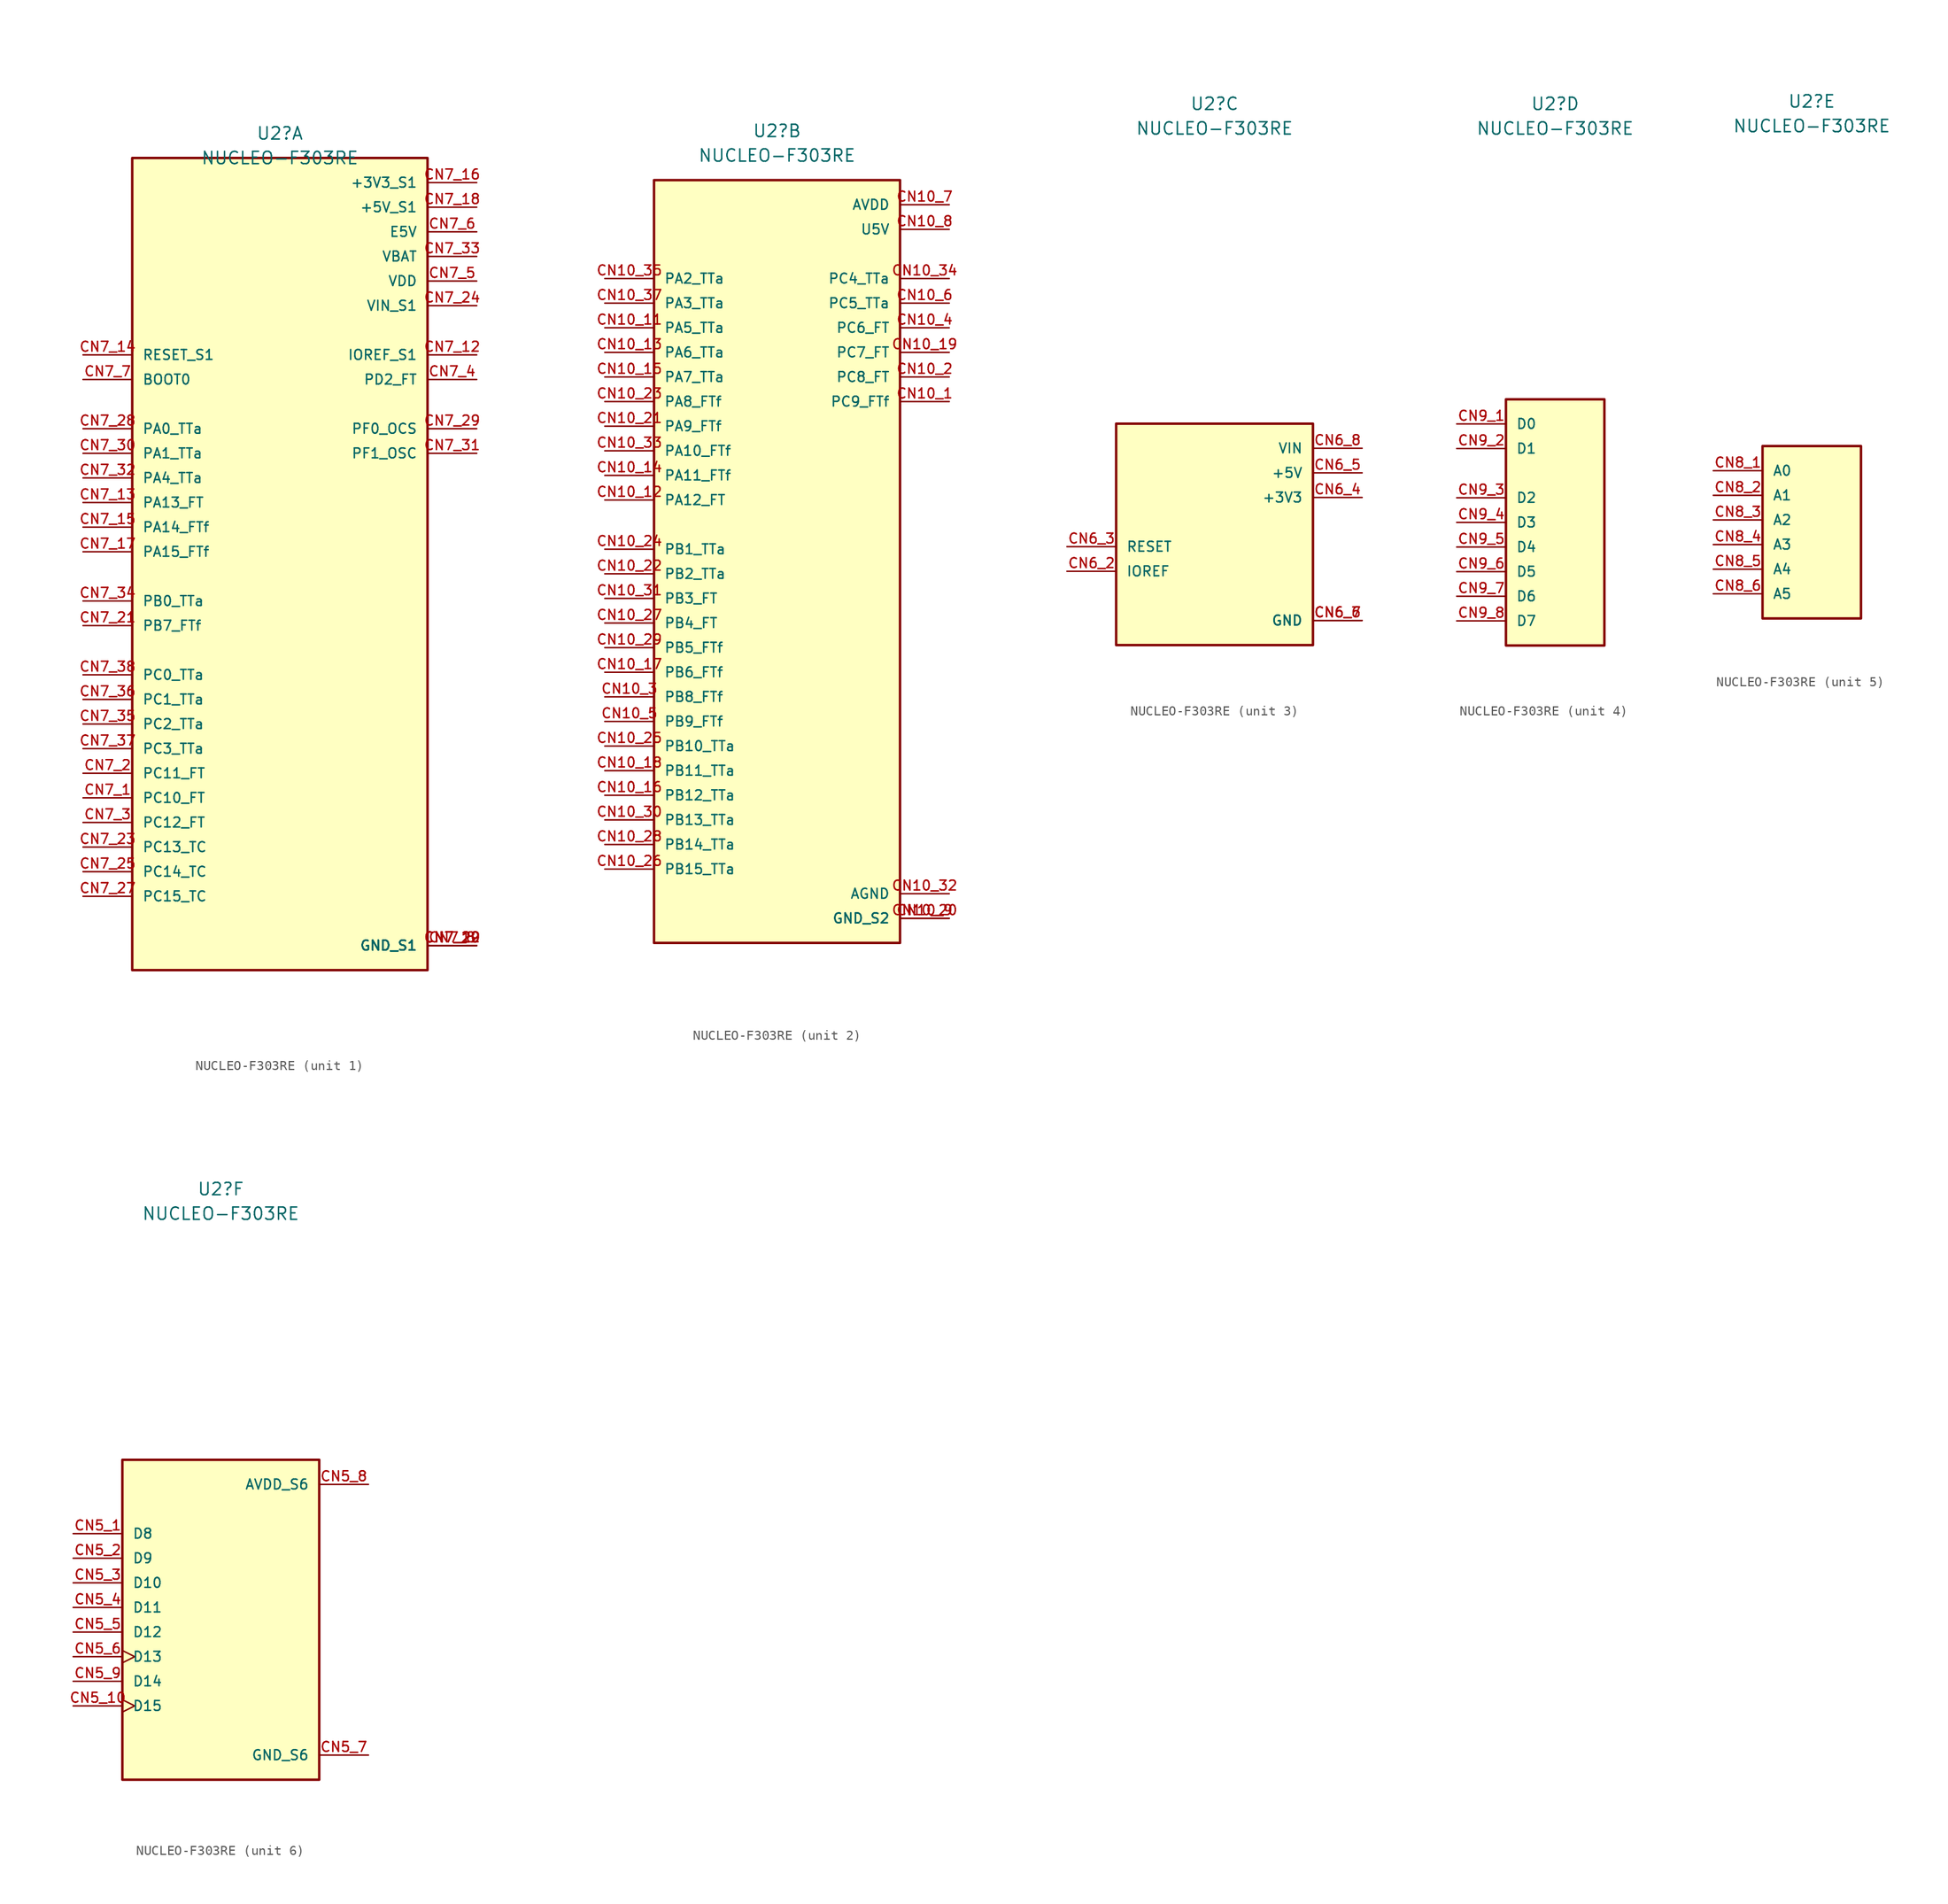
<source format=kicad_sym>
(kicad_symbol_lib
  (version 20211014)
  (generator kicad_symbol_editor)
  (symbol "NUCLEO-F303RE"
    (pin_names
      (offset 1.016))
    (property "Reference" "U2"
      (at 0 43.18 0)
      (effects (font (size 1.27 1.27))))
    (property "Value" "NUCLEO-F303RE"
      (at 0 40.64 0)
      (effects (font (size 1.27 1.27))))
    (symbol "NUCLEO-F303RE_1_0"
      (rectangle (start -15.24 -43.18) (end 15.24 40.64) (stroke (width 0.254) (type default) (color 0 0 0 0)) (fill (type background)))
      (pin bidirectional line (at -20.32 -25.4 0) (length 5.08) (name "PC10_FT" (effects (font (size 1.016 1.016)))) (number "CN7_1" (effects (font (size 1.016 1.016)))))
      (pin bidirectional line (at 20.32 20.32 180) (length 5.08) (name "IOREF_S1" (effects (font (size 1.016 1.016)))) (number "CN7_12" (effects (font (size 1.016 1.016)))))
      (pin bidirectional line (at -20.32 5.08 0) (length 5.08) (name "PA13_FT" (effects (font (size 1.016 1.016)))) (number "CN7_13" (effects (font (size 1.016 1.016)))))
      (pin bidirectional line (at -20.32 20.32 0) (length 5.08) (name "RESET_S1" (effects (font (size 1.016 1.016)))) (number "CN7_14" (effects (font (size 1.016 1.016)))))
      (pin bidirectional line (at -20.32 2.54 0) (length 5.08) (name "PA14_FTf" (effects (font (size 1.016 1.016)))) (number "CN7_15" (effects (font (size 1.016 1.016)))))
      (pin power_in line (at 20.32 38.1 180) (length 5.08) (name "+3V3_S1" (effects (font (size 1.016 1.016)))) (number "CN7_16" (effects (font (size 1.016 1.016)))))
      (pin bidirectional line (at -20.32 0 0) (length 5.08) (name "PA15_FTf" (effects (font (size 1.016 1.016)))) (number "CN7_17" (effects (font (size 1.016 1.016)))))
      (pin power_in line (at 20.32 35.56 180) (length 5.08) (name "+5V_S1" (effects (font (size 1.016 1.016)))) (number "CN7_18" (effects (font (size 1.016 1.016)))))
      (pin power_in line (at 20.32 -40.64 180) (length 5.08) (name "GND_S1" (effects (font (size 1.016 1.016)))) (number "CN7_19" (effects (font (size 1.016 1.016)))))
      (pin bidirectional line (at -20.32 -22.86 0) (length 5.08) (name "PC11_FT" (effects (font (size 1.016 1.016)))) (number "CN7_2" (effects (font (size 1.016 1.016)))))
      (pin power_in line (at 20.32 -40.64 180) (length 5.08) (name "GND_S1" (effects (font (size 1.016 1.016)))) (number "CN7_20" (effects (font (size 1.016 1.016)))))
      (pin bidirectional line (at -20.32 -7.62 0) (length 5.08) (name "PB7_FTf" (effects (font (size 1.016 1.016)))) (number "CN7_21" (effects (font (size 1.016 1.016)))))
      (pin power_in line (at 20.32 -40.64 180) (length 5.08) (name "GND_S1" (effects (font (size 1.016 1.016)))) (number "CN7_22" (effects (font (size 1.016 1.016)))))
      (pin bidirectional line (at -20.32 -30.48 0) (length 5.08) (name "PC13_TC" (effects (font (size 1.016 1.016)))) (number "CN7_23" (effects (font (size 1.016 1.016)))))
      (pin power_in line (at 20.32 25.4 180) (length 5.08) (name "VIN_S1" (effects (font (size 1.016 1.016)))) (number "CN7_24" (effects (font (size 1.016 1.016)))))
      (pin bidirectional line (at -20.32 -33.02 0) (length 5.08) (name "PC14_TC" (effects (font (size 1.016 1.016)))) (number "CN7_25" (effects (font (size 1.016 1.016)))))
      (pin bidirectional line (at -20.32 -35.56 0) (length 5.08) (name "PC15_TC" (effects (font (size 1.016 1.016)))) (number "CN7_27" (effects (font (size 1.016 1.016)))))
      (pin bidirectional line (at -20.32 12.7 0) (length 5.08) (name "PA0_TTa" (effects (font (size 1.016 1.016)))) (number "CN7_28" (effects (font (size 1.016 1.016)))))
      (pin bidirectional line (at 20.32 12.7 180) (length 5.08) (name "PF0_OCS" (effects (font (size 1.016 1.016)))) (number "CN7_29" (effects (font (size 1.016 1.016)))))
      (pin bidirectional line (at -20.32 -27.94 0) (length 5.08) (name "PC12_FT" (effects (font (size 1.016 1.016)))) (number "CN7_3" (effects (font (size 1.016 1.016)))))
      (pin bidirectional line (at -20.32 10.16 0) (length 5.08) (name "PA1_TTa" (effects (font (size 1.016 1.016)))) (number "CN7_30" (effects (font (size 1.016 1.016)))))
      (pin bidirectional line (at 20.32 10.16 180) (length 5.08) (name "PF1_OSC" (effects (font (size 1.016 1.016)))) (number "CN7_31" (effects (font (size 1.016 1.016)))))
      (pin bidirectional line (at -20.32 7.62 0) (length 5.08) (name "PA4_TTa" (effects (font (size 1.016 1.016)))) (number "CN7_32" (effects (font (size 1.016 1.016)))))
      (pin power_in line (at 20.32 30.48 180) (length 5.08) (name "VBAT" (effects (font (size 1.016 1.016)))) (number "CN7_33" (effects (font (size 1.016 1.016)))))
      (pin bidirectional line (at -20.32 -5.08 0) (length 5.08) (name "PB0_TTa" (effects (font (size 1.016 1.016)))) (number "CN7_34" (effects (font (size 1.016 1.016)))))
      (pin bidirectional line (at -20.32 -17.78 0) (length 5.08) (name "PC2_TTa" (effects (font (size 1.016 1.016)))) (number "CN7_35" (effects (font (size 1.016 1.016)))))
      (pin bidirectional line (at -20.32 -15.24 0) (length 5.08) (name "PC1_TTa" (effects (font (size 1.016 1.016)))) (number "CN7_36" (effects (font (size 1.016 1.016)))))
      (pin bidirectional line (at -20.32 -20.32 0) (length 5.08) (name "PC3_TTa" (effects (font (size 1.016 1.016)))) (number "CN7_37" (effects (font (size 1.016 1.016)))))
      (pin bidirectional line (at -20.32 -12.7 0) (length 5.08) (name "PC0_TTa" (effects (font (size 1.016 1.016)))) (number "CN7_38" (effects (font (size 1.016 1.016)))))
      (pin bidirectional line (at 20.32 17.78 180) (length 5.08) (name "PD2_FT" (effects (font (size 1.016 1.016)))) (number "CN7_4" (effects (font (size 1.016 1.016)))))
      (pin power_in line (at 20.32 27.94 180) (length 5.08) (name "VDD" (effects (font (size 1.016 1.016)))) (number "CN7_5" (effects (font (size 1.016 1.016)))))
      (pin power_in line (at 20.32 33.02 180) (length 5.08) (name "E5V" (effects (font (size 1.016 1.016)))) (number "CN7_6" (effects (font (size 1.016 1.016)))))
      (pin bidirectional line (at -20.32 17.78 0) (length 5.08) (name "BOOT0" (effects (font (size 1.016 1.016)))) (number "CN7_7" (effects (font (size 1.016 1.016)))))
      (pin power_in line (at 20.32 -40.64 180) (length 5.08) (name "GND_S1" (effects (font (size 1.016 1.016)))) (number "CN7_8" (effects (font (size 1.016 1.016))))))
    (symbol "NUCLEO-F303RE_2_0"
      (rectangle (start -12.7 -40.64) (end 12.7 38.1) (stroke (width 0.254) (type default) (color 0 0 0 0)) (fill (type background)))
      (pin bidirectional line (at 17.78 15.24 180) (length 5.08) (name "PC9_FTf" (effects (font (size 1.016 1.016)))) (number "CN10_1" (effects (font (size 1.016 1.016)))))
      (pin bidirectional line (at -17.78 22.86 0) (length 5.08) (name "PA5_TTa" (effects (font (size 1.016 1.016)))) (number "CN10_11" (effects (font (size 1.016 1.016)))))
      (pin bidirectional line (at -17.78 5.08 0) (length 5.08) (name "PA12_FT" (effects (font (size 1.016 1.016)))) (number "CN10_12" (effects (font (size 1.016 1.016)))))
      (pin bidirectional line (at -17.78 20.32 0) (length 5.08) (name "PA6_TTa" (effects (font (size 1.016 1.016)))) (number "CN10_13" (effects (font (size 1.016 1.016)))))
      (pin bidirectional line (at -17.78 7.62 0) (length 5.08) (name "PA11_FTf" (effects (font (size 1.016 1.016)))) (number "CN10_14" (effects (font (size 1.016 1.016)))))
      (pin bidirectional line (at -17.78 17.78 0) (length 5.08) (name "PA7_TTa" (effects (font (size 1.016 1.016)))) (number "CN10_15" (effects (font (size 1.016 1.016)))))
      (pin bidirectional line (at -17.78 -25.4 0) (length 5.08) (name "PB12_TTa" (effects (font (size 1.016 1.016)))) (number "CN10_16" (effects (font (size 1.016 1.016)))))
      (pin bidirectional line (at -17.78 -12.7 0) (length 5.08) (name "PB6_FTf" (effects (font (size 1.016 1.016)))) (number "CN10_17" (effects (font (size 1.016 1.016)))))
      (pin bidirectional line (at -17.78 -22.86 0) (length 5.08) (name "PB11_TTa" (effects (font (size 1.016 1.016)))) (number "CN10_18" (effects (font (size 1.016 1.016)))))
      (pin bidirectional line (at 17.78 20.32 180) (length 5.08) (name "PC7_FT" (effects (font (size 1.016 1.016)))) (number "CN10_19" (effects (font (size 1.016 1.016)))))
      (pin bidirectional line (at 17.78 17.78 180) (length 5.08) (name "PC8_FT" (effects (font (size 1.016 1.016)))) (number "CN10_2" (effects (font (size 1.016 1.016)))))
      (pin power_in line (at 17.78 -38.1 180) (length 5.08) (name "GND_S2" (effects (font (size 1.016 1.016)))) (number "CN10_20" (effects (font (size 1.016 1.016)))))
      (pin bidirectional line (at -17.78 12.7 0) (length 5.08) (name "PA9_FTf" (effects (font (size 1.016 1.016)))) (number "CN10_21" (effects (font (size 1.016 1.016)))))
      (pin bidirectional line (at -17.78 -2.54 0) (length 5.08) (name "PB2_TTa" (effects (font (size 1.016 1.016)))) (number "CN10_22" (effects (font (size 1.016 1.016)))))
      (pin bidirectional line (at -17.78 15.24 0) (length 5.08) (name "PA8_FTf" (effects (font (size 1.016 1.016)))) (number "CN10_23" (effects (font (size 1.016 1.016)))))
      (pin bidirectional line (at -17.78 0 0) (length 5.08) (name "PB1_TTa" (effects (font (size 1.016 1.016)))) (number "CN10_24" (effects (font (size 1.016 1.016)))))
      (pin bidirectional line (at -17.78 -20.32 0) (length 5.08) (name "PB10_TTa" (effects (font (size 1.016 1.016)))) (number "CN10_25" (effects (font (size 1.016 1.016)))))
      (pin bidirectional line (at -17.78 -33.02 0) (length 5.08) (name "PB15_TTa" (effects (font (size 1.016 1.016)))) (number "CN10_26" (effects (font (size 1.016 1.016)))))
      (pin bidirectional line (at -17.78 -7.62 0) (length 5.08) (name "PB4_FT" (effects (font (size 1.016 1.016)))) (number "CN10_27" (effects (font (size 1.016 1.016)))))
      (pin bidirectional line (at -17.78 -30.48 0) (length 5.08) (name "PB14_TTa" (effects (font (size 1.016 1.016)))) (number "CN10_28" (effects (font (size 1.016 1.016)))))
      (pin bidirectional line (at -17.78 -10.16 0) (length 5.08) (name "PB5_FTf" (effects (font (size 1.016 1.016)))) (number "CN10_29" (effects (font (size 1.016 1.016)))))
      (pin bidirectional line (at -17.78 -15.24 0) (length 5.08) (name "PB8_FTf" (effects (font (size 1.016 1.016)))) (number "CN10_3" (effects (font (size 1.016 1.016)))))
      (pin bidirectional line (at -17.78 -27.94 0) (length 5.08) (name "PB13_TTa" (effects (font (size 1.016 1.016)))) (number "CN10_30" (effects (font (size 1.016 1.016)))))
      (pin bidirectional line (at -17.78 -5.08 0) (length 5.08) (name "PB3_FT" (effects (font (size 1.016 1.016)))) (number "CN10_31" (effects (font (size 1.016 1.016)))))
      (pin power_in line (at 17.78 -35.56 180) (length 5.08) (name "AGND" (effects (font (size 1.016 1.016)))) (number "CN10_32" (effects (font (size 1.016 1.016)))))
      (pin bidirectional line (at -17.78 10.16 0) (length 5.08) (name "PA10_FTf" (effects (font (size 1.016 1.016)))) (number "CN10_33" (effects (font (size 1.016 1.016)))))
      (pin bidirectional line (at 17.78 27.94 180) (length 5.08) (name "PC4_TTa" (effects (font (size 1.016 1.016)))) (number "CN10_34" (effects (font (size 1.016 1.016)))))
      (pin bidirectional line (at -17.78 27.94 0) (length 5.08) (name "PA2_TTa" (effects (font (size 1.016 1.016)))) (number "CN10_35" (effects (font (size 1.016 1.016)))))
      (pin bidirectional line (at -17.78 25.4 0) (length 5.08) (name "PA3_TTa" (effects (font (size 1.016 1.016)))) (number "CN10_37" (effects (font (size 1.016 1.016)))))
      (pin bidirectional line (at 17.78 22.86 180) (length 5.08) (name "PC6_FT" (effects (font (size 1.016 1.016)))) (number "CN10_4" (effects (font (size 1.016 1.016)))))
      (pin bidirectional line (at -17.78 -17.78 0) (length 5.08) (name "PB9_FTf" (effects (font (size 1.016 1.016)))) (number "CN10_5" (effects (font (size 1.016 1.016)))))
      (pin bidirectional line (at 17.78 25.4 180) (length 5.08) (name "PC5_TTa" (effects (font (size 1.016 1.016)))) (number "CN10_6" (effects (font (size 1.016 1.016)))))
      (pin power_in line (at 17.78 35.56 180) (length 5.08) (name "AVDD" (effects (font (size 1.016 1.016)))) (number "CN10_7" (effects (font (size 1.016 1.016)))))
      (pin power_in line (at 17.78 33.02 180) (length 5.08) (name "U5V" (effects (font (size 1.016 1.016)))) (number "CN10_8" (effects (font (size 1.016 1.016)))))
      (pin power_in line (at 17.78 -38.1 180) (length 5.08) (name "GND_S2" (effects (font (size 1.016 1.016)))) (number "CN10_9" (effects (font (size 1.016 1.016))))))
    (symbol "NUCLEO-F303RE_3_0"
      (rectangle (start -10.16 -12.7) (end 10.16 10.16) (stroke (width 0.254) (type default) (color 0 0 0 0)) (fill (type background)))
      (pin bidirectional line (at -15.24 -5.08 0) (length 5.08) (name "IOREF" (effects (font (size 1.016 1.016)))) (number "CN6_2" (effects (font (size 1.016 1.016)))))
      (pin bidirectional line (at -15.24 -2.54 0) (length 5.08) (name "RESET" (effects (font (size 1.016 1.016)))) (number "CN6_3" (effects (font (size 1.016 1.016)))))
      (pin power_in line (at 15.24 2.54 180) (length 5.08) (name "+3V3" (effects (font (size 1.016 1.016)))) (number "CN6_4" (effects (font (size 1.016 1.016)))))
      (pin power_in line (at 15.24 5.08 180) (length 5.08) (name "+5V" (effects (font (size 1.016 1.016)))) (number "CN6_5" (effects (font (size 1.016 1.016)))))
      (pin power_in line (at 15.24 -10.16 180) (length 5.08) (name "GND" (effects (font (size 1.016 1.016)))) (number "CN6_6" (effects (font (size 1.016 1.016)))))
      (pin power_in line (at 15.24 -10.16 180) (length 5.08) (name "GND" (effects (font (size 1.016 1.016)))) (number "CN6_7" (effects (font (size 1.016 1.016)))))
      (pin power_in line (at 15.24 7.62 180) (length 5.08) (name "VIN" (effects (font (size 1.016 1.016)))) (number "CN6_8" (effects (font (size 1.016 1.016))))))
    (symbol "NUCLEO-F303RE_4_0"
      (rectangle (start -5.08 -12.7) (end 5.08 12.7) (stroke (width 0.254) (type default) (color 0 0 0 0)) (fill (type background)))
      (pin input line (at -10.16 10.16 0) (length 5.08) (name "D0" (effects (font (size 1.016 1.016)))) (number "CN9_1" (effects (font (size 1.016 1.016)))))
      (pin output line (at -10.16 7.62 0) (length 5.08) (name "D1" (effects (font (size 1.016 1.016)))) (number "CN9_2" (effects (font (size 1.016 1.016)))))
      (pin bidirectional line (at -10.16 2.54 0) (length 5.08) (name "D2" (effects (font (size 1.016 1.016)))) (number "CN9_3" (effects (font (size 1.016 1.016)))))
      (pin bidirectional line (at -10.16 0 0) (length 5.08) (name "D3" (effects (font (size 1.016 1.016)))) (number "CN9_4" (effects (font (size 1.016 1.016)))))
      (pin bidirectional line (at -10.16 -2.54 0) (length 5.08) (name "D4" (effects (font (size 1.016 1.016)))) (number "CN9_5" (effects (font (size 1.016 1.016)))))
      (pin bidirectional line (at -10.16 -5.08 0) (length 5.08) (name "D5" (effects (font (size 1.016 1.016)))) (number "CN9_6" (effects (font (size 1.016 1.016)))))
      (pin bidirectional line (at -10.16 -7.62 0) (length 5.08) (name "D6" (effects (font (size 1.016 1.016)))) (number "CN9_7" (effects (font (size 1.016 1.016)))))
      (pin bidirectional line (at -10.16 -10.16 0) (length 5.08) (name "D7" (effects (font (size 1.016 1.016)))) (number "CN9_8" (effects (font (size 1.016 1.016))))))
    (symbol "NUCLEO-F303RE_5_0"
      (rectangle (start -5.08 -10.16) (end 5.08 7.62) (stroke (width 0.254) (type default) (color 0 0 0 0)) (fill (type background)))
      (pin input line (at -10.16 5.08 0) (length 5.08) (name "A0" (effects (font (size 1.016 1.016)))) (number "CN8_1" (effects (font (size 1.016 1.016)))))
      (pin input line (at -10.16 2.54 0) (length 5.08) (name "A1" (effects (font (size 1.016 1.016)))) (number "CN8_2" (effects (font (size 1.016 1.016)))))
      (pin input line (at -10.16 0 0) (length 5.08) (name "A2" (effects (font (size 1.016 1.016)))) (number "CN8_3" (effects (font (size 1.016 1.016)))))
      (pin input line (at -10.16 -2.54 0) (length 5.08) (name "A3" (effects (font (size 1.016 1.016)))) (number "CN8_4" (effects (font (size 1.016 1.016)))))
      (pin input line (at -10.16 -5.08 0) (length 5.08) (name "A4" (effects (font (size 1.016 1.016)))) (number "CN8_5" (effects (font (size 1.016 1.016)))))
      (pin input line (at -10.16 -7.62 0) (length 5.08) (name "A5" (effects (font (size 1.016 1.016)))) (number "CN8_6" (effects (font (size 1.016 1.016))))))
    (symbol "NUCLEO-F303RE_6_0"
      (rectangle (start -10.16 -17.78) (end 10.16 15.24) (stroke (width 0.254) (type default) (color 0 0 0 0)) (fill (type background)))
      (pin bidirectional line (at -15.24 7.62 0) (length 5.08) (name "D8" (effects (font (size 1.016 1.016)))) (number "CN5_1" (effects (font (size 1.016 1.016)))))
      (pin bidirectional clock (at -15.24 -10.16 0) (length 5.08) (name "D15" (effects (font (size 1.016 1.016)))) (number "CN5_10" (effects (font (size 1.016 1.016)))))
      (pin bidirectional line (at -15.24 5.08 0) (length 5.08) (name "D9" (effects (font (size 1.016 1.016)))) (number "CN5_2" (effects (font (size 1.016 1.016)))))
      (pin bidirectional line (at -15.24 2.54 0) (length 5.08) (name "D10" (effects (font (size 1.016 1.016)))) (number "CN5_3" (effects (font (size 1.016 1.016)))))
      (pin bidirectional line (at -15.24 0 0) (length 5.08) (name "D11" (effects (font (size 1.016 1.016)))) (number "CN5_4" (effects (font (size 1.016 1.016)))))
      (pin bidirectional line (at -15.24 -2.54 0) (length 5.08) (name "D12" (effects (font (size 1.016 1.016)))) (number "CN5_5" (effects (font (size 1.016 1.016)))))
      (pin bidirectional clock (at -15.24 -5.08 0) (length 5.08) (name "D13" (effects (font (size 1.016 1.016)))) (number "CN5_6" (effects (font (size 1.016 1.016)))))
      (pin power_in line (at 15.24 -15.24 180) (length 5.08) (name "GND_S6" (effects (font (size 1.016 1.016)))) (number "CN5_7" (effects (font (size 1.016 1.016)))))
      (pin power_in line (at 15.24 12.7 180) (length 5.08) (name "AVDD_S6" (effects (font (size 1.016 1.016)))) (number "CN5_8" (effects (font (size 1.016 1.016)))))
      (pin bidirectional line (at -15.24 -7.62 0) (length 5.08) (name "D14" (effects (font (size 1.016 1.016)))) (number "CN5_9" (effects (font (size 1.016 1.016))))))))
</source>
